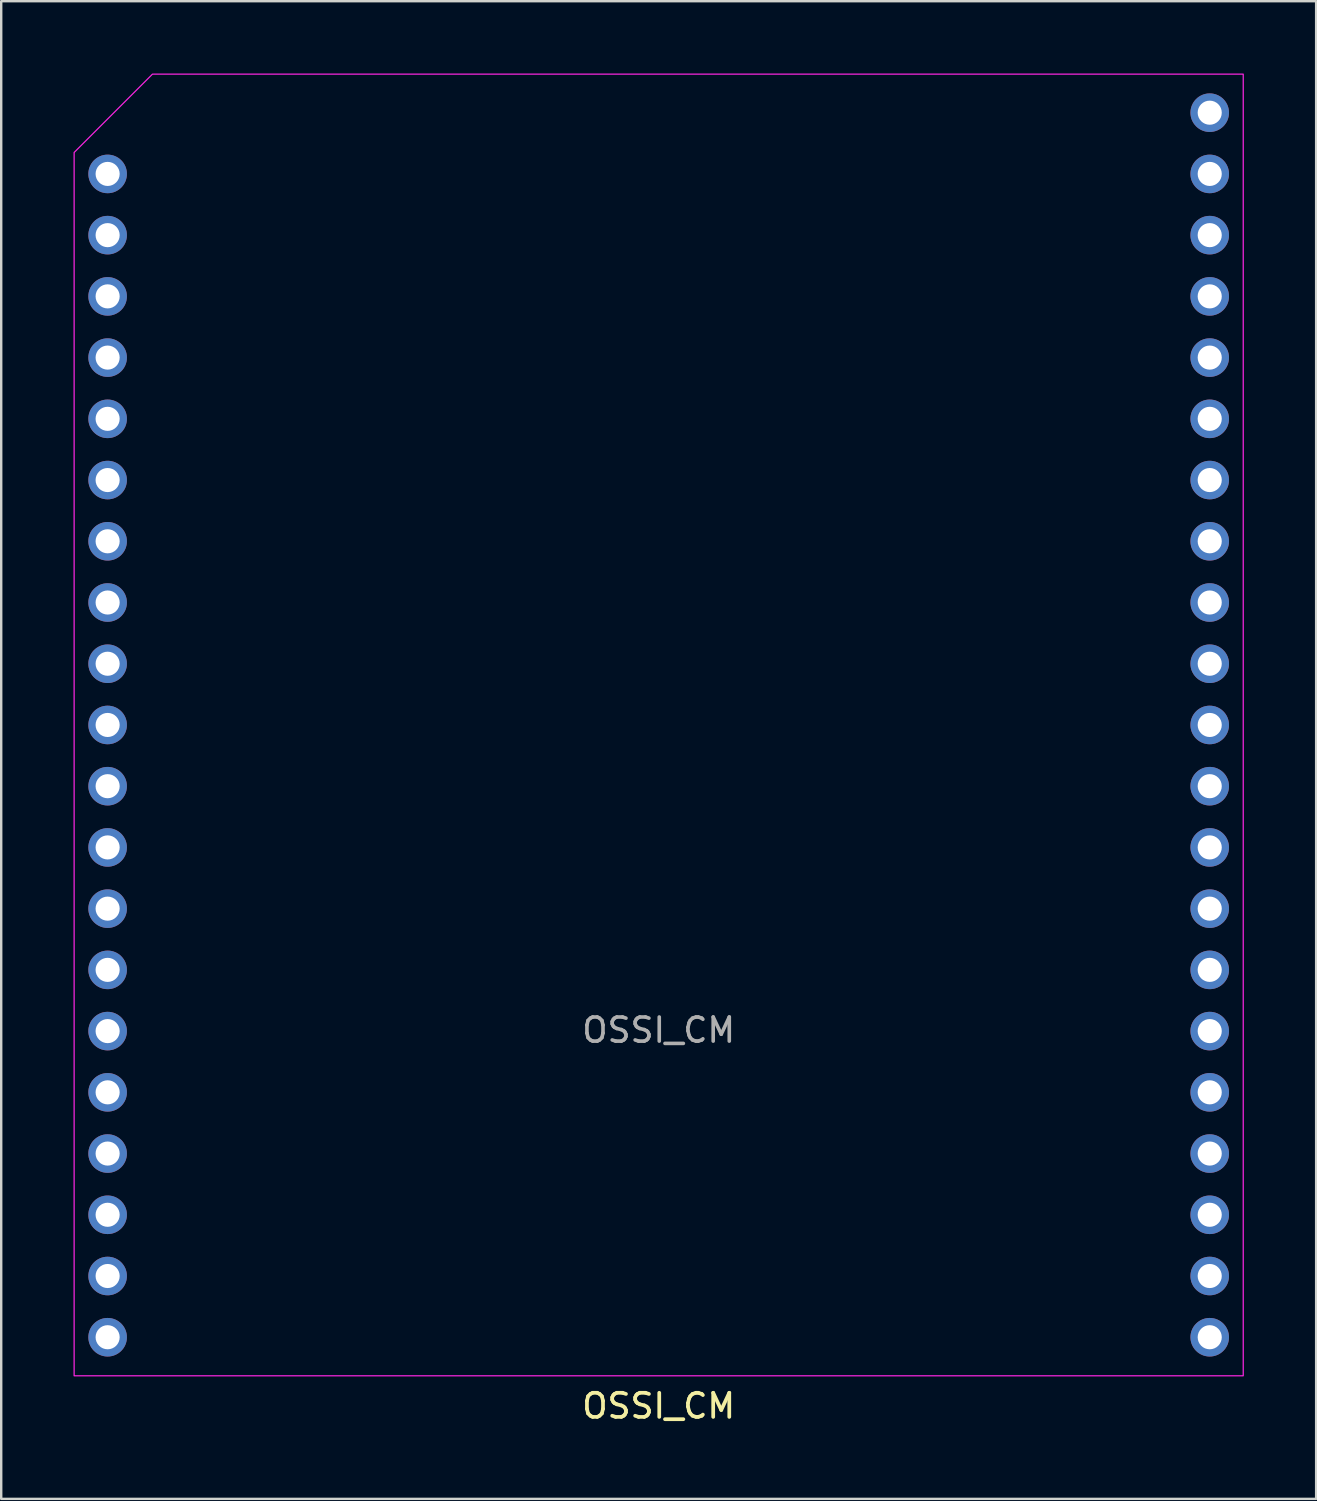
<source format=kicad_pcb>
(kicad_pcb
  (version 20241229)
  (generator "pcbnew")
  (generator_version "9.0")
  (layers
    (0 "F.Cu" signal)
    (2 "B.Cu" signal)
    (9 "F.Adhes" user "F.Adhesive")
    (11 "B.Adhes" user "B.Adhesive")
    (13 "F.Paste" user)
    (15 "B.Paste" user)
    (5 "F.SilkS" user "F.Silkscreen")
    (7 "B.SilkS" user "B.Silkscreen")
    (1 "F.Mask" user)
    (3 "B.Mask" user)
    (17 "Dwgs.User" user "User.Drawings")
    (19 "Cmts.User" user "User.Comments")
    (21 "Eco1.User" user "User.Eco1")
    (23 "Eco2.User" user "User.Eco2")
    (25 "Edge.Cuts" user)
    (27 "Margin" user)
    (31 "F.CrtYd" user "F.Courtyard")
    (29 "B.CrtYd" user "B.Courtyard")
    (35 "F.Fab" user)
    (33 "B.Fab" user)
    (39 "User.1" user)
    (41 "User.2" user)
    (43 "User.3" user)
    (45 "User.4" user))
  (footprint "OSSI_CM"
    (layer "F.Cu")
    (at 24.275 27.025)
    (property "Reference" "OSSI_CM" (at 0 28.25 0) (unlocked yes) (layer "F.SilkS") (effects (font (size 1 1) (thickness 0.154))))
    (attr through_hole)
    (fp_poly (pts (xy -24.25 27) (xy 24.25 27) (xy 24.25 -27) (xy -21 -27) (xy -24.25 -23.75)) (stroke (width 0.05) (type solid)) (fill no) (layer "F.CrtYd"))
    (fp_text user "${REFERENCE}" (at 0 12.66 0) (unlocked yes) (layer "F.Fab") (effects (font (size 1 1) (thickness 0.15))))
    (pad "1" thru_hole circle (at -22.86 -22.86) (size 1.6 1.6) (drill 1) (layers "*.Cu" "*.Mask"))
    (pad "2" thru_hole circle (at -22.86 -20.32) (size 1.6 1.6) (drill 1) (layers "*.Cu" "*.Mask"))
    (pad "3" thru_hole circle (at -22.86 -17.78) (size 1.6 1.6) (drill 1) (layers "*.Cu" "*.Mask"))
    (pad "4" thru_hole circle (at -22.86 -15.24) (size 1.6 1.6) (drill 1) (layers "*.Cu" "*.Mask"))
    (pad "5" thru_hole circle (at -22.86 -12.7) (size 1.6 1.6) (drill 1) (layers "*.Cu" "*.Mask"))
    (pad "6" thru_hole circle (at -22.86 -10.16) (size 1.6 1.6) (drill 1) (layers "*.Cu" "*.Mask"))
    (pad "7" thru_hole circle (at -22.86 -7.62) (size 1.6 1.6) (drill 1) (layers "*.Cu" "*.Mask"))
    (pad "8" thru_hole circle (at -22.86 -5.08) (size 1.6 1.6) (drill 1) (layers "*.Cu" "*.Mask"))
    (pad "9" thru_hole circle (at -22.86 -2.54) (size 1.6 1.6) (drill 1) (layers "*.Cu" "*.Mask"))
    (pad "10" thru_hole circle (at -22.86 0) (size 1.6 1.6) (drill 1) (layers "*.Cu" "*.Mask"))
    (pad "11" thru_hole circle (at -22.86 2.54) (size 1.6 1.6) (drill 1) (layers "*.Cu" "*.Mask"))
    (pad "12" thru_hole circle (at -22.86 5.08) (size 1.6 1.6) (drill 1) (layers "*.Cu" "*.Mask"))
    (pad "13" thru_hole circle (at -22.86 7.62) (size 1.6 1.6) (drill 1) (layers "*.Cu" "*.Mask"))
    (pad "14" thru_hole circle (at -22.86 10.16) (size 1.6 1.6) (drill 1) (layers "*.Cu" "*.Mask"))
    (pad "15" thru_hole circle (at -22.86 12.7) (size 1.6 1.6) (drill 1) (layers "*.Cu" "*.Mask"))
    (pad "16" thru_hole circle (at -22.86 15.24) (size 1.6 1.6) (drill 1) (layers "*.Cu" "*.Mask"))
    (pad "17" thru_hole circle (at -22.86 17.78) (size 1.6 1.6) (drill 1) (layers "*.Cu" "*.Mask"))
    (pad "18" thru_hole circle (at -22.86 20.32) (size 1.6 1.6) (drill 1) (layers "*.Cu" "*.Mask"))
    (pad "19" thru_hole circle (at -22.86 22.86) (size 1.6 1.6) (drill 1) (layers "*.Cu" "*.Mask"))
    (pad "20" thru_hole circle (at -22.86 25.4) (size 1.6 1.6) (drill 1) (layers "*.Cu" "*.Mask"))
    (pad "21" thru_hole circle (at 22.86 25.4) (size 1.6 1.6) (drill 1) (layers "*.Cu" "*.Mask"))
    (pad "22" thru_hole circle (at 22.86 22.86) (size 1.6 1.6) (drill 1) (layers "*.Cu" "*.Mask"))
    (pad "23" thru_hole circle (at 22.86 20.32) (size 1.6 1.6) (drill 1) (layers "*.Cu" "*.Mask"))
    (pad "24" thru_hole circle (at 22.86 17.78) (size 1.6 1.6) (drill 1) (layers "*.Cu" "*.Mask"))
    (pad "25" thru_hole circle (at 22.86 15.24) (size 1.6 1.6) (drill 1) (layers "*.Cu" "*.Mask"))
    (pad "26" thru_hole circle (at 22.86 12.7) (size 1.6 1.6) (drill 1) (layers "*.Cu" "*.Mask"))
    (pad "27" thru_hole circle (at 22.86 10.16) (size 1.6 1.6) (drill 1) (layers "*.Cu" "*.Mask"))
    (pad "28" thru_hole circle (at 22.86 7.62) (size 1.6 1.6) (drill 1) (layers "*.Cu" "*.Mask"))
    (pad "29" thru_hole circle (at 22.86 5.08) (size 1.6 1.6) (drill 1) (layers "*.Cu" "*.Mask"))
    (pad "30" thru_hole circle (at 22.86 2.54) (size 1.6 1.6) (drill 1) (layers "*.Cu" "*.Mask"))
    (pad "31" thru_hole circle (at 22.86 0) (size 1.6 1.6) (drill 1) (layers "*.Cu" "*.Mask"))
    (pad "32" thru_hole circle (at 22.86 -2.54) (size 1.6 1.6) (drill 1) (layers "*.Cu" "*.Mask"))
    (pad "33" thru_hole circle (at 22.86 -5.08) (size 1.6 1.6) (drill 1) (layers "*.Cu" "*.Mask"))
    (pad "34" thru_hole circle (at 22.86 -7.62) (size 1.6 1.6) (drill 1) (layers "*.Cu" "*.Mask"))
    (pad "35" thru_hole circle (at 22.86 -10.16) (size 1.6 1.6) (drill 1) (layers "*.Cu" "*.Mask"))
    (pad "36" thru_hole circle (at 22.86 -12.7) (size 1.6 1.6) (drill 1) (layers "*.Cu" "*.Mask"))
    (pad "37" thru_hole circle (at 22.86 -15.24) (size 1.6 1.6) (drill 1) (layers "*.Cu" "*.Mask"))
    (pad "38" thru_hole circle (at 22.86 -17.78) (size 1.6 1.6) (drill 1) (layers "*.Cu" "*.Mask"))
    (pad "39" thru_hole circle (at 22.86 -20.32) (size 1.6 1.6) (drill 1) (layers "*.Cu" "*.Mask"))
    (pad "40" thru_hole circle (at 22.86 -22.86) (size 1.6 1.6) (drill 1) (layers "*.Cu" "*.Mask"))
    (pad "41" thru_hole circle (at 22.86 -25.4) (size 1.6 1.6) (drill 1) (layers "*.Cu" "*.Mask")))
  (gr_rect
    (start -3 -3)
    (end 51.55 59.13)
    (stroke (width 0.1) (type default))
    (fill no)
    (layer "Edge.Cuts")))
</source>
